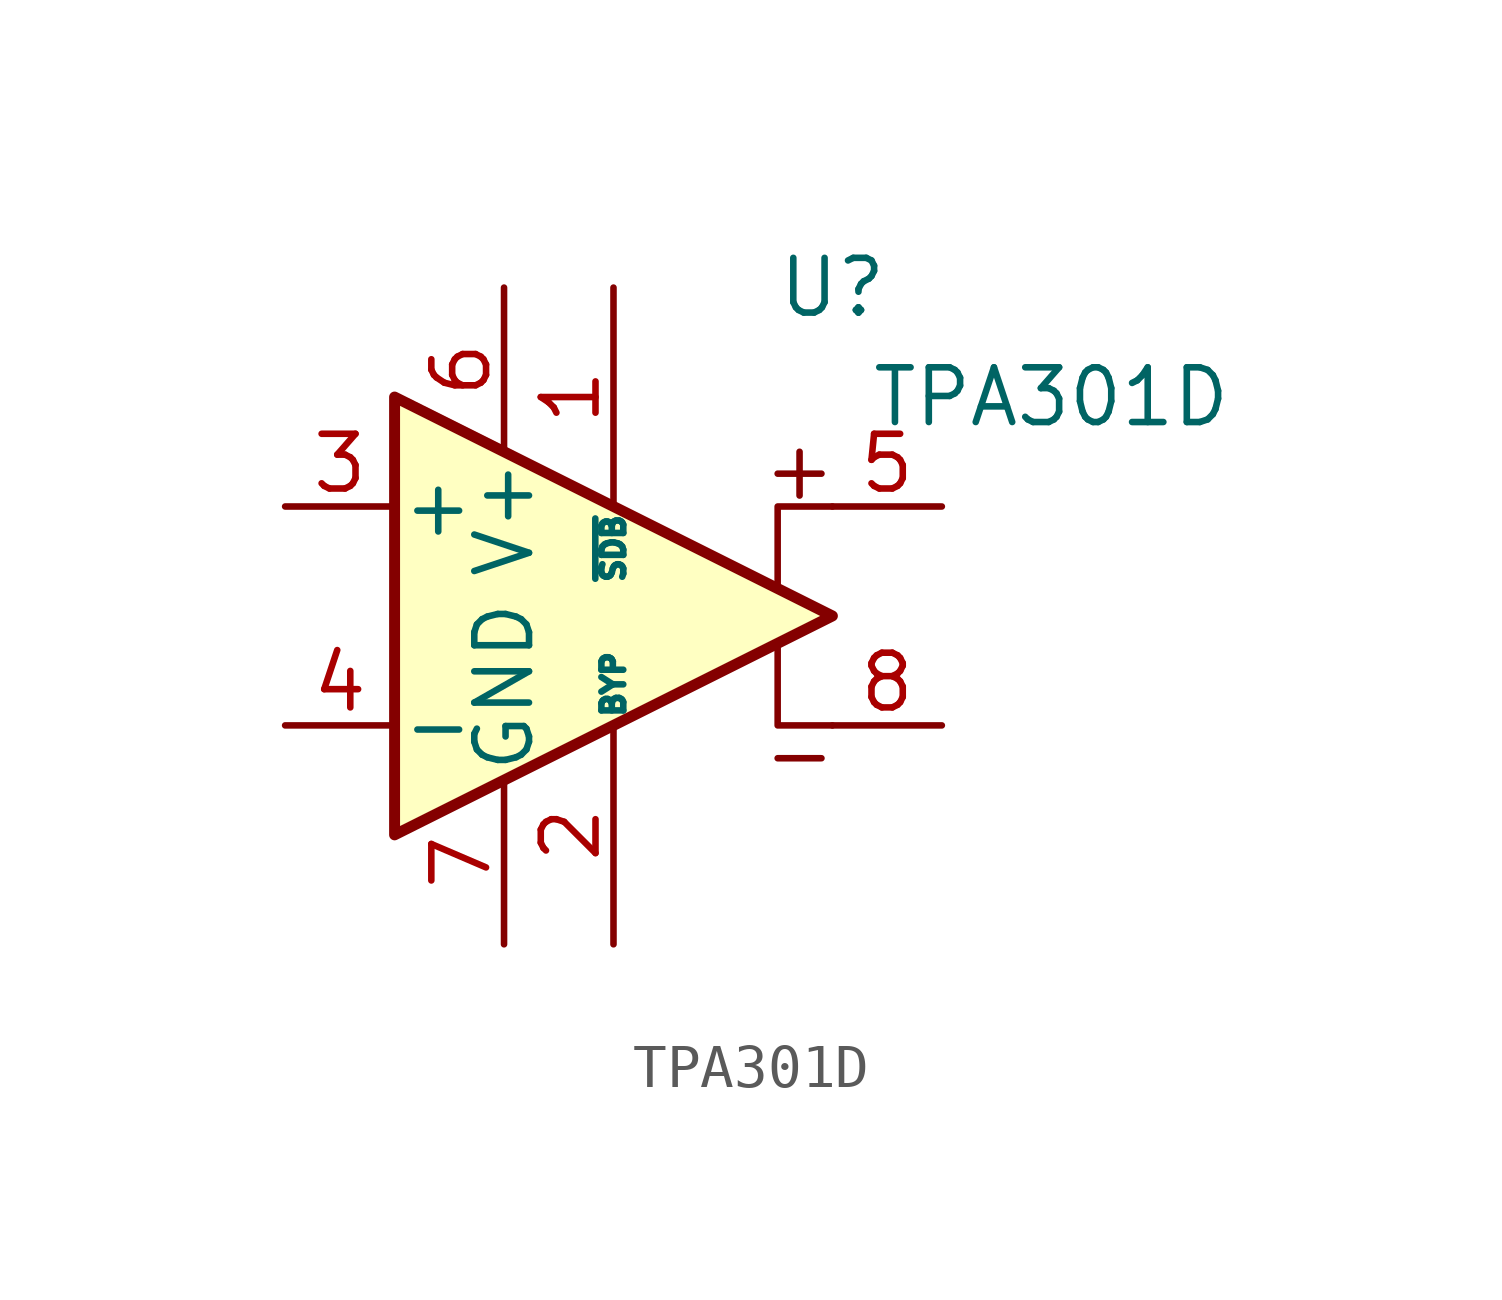
<source format=kicad_sym>
(kicad_symbol_lib
  (version 20231120)
  (generator "kicad_symbol_editor")
  (generator_version "8.0")
  (symbol "TPA301D"
    (pin_names
      (offset 0.127))
    (property "Reference" "U"
      (at 5.08 7.62 0)
      (effects (font (size 1.27 1.27))))
    (property "Value" "TPA301D"
      (at 10.16 5.08 0)
      (effects (font (size 1.27 1.27))))
    (symbol "TPA301D_0_1"
      (polyline (pts (xy 3.81 -3.302) (xy 4.826 -3.302)) (stroke (width 0) (type default)) (fill (type none)))
      (polyline (pts (xy 4.318 3.81) (xy 4.318 2.794)) (stroke (width 0) (type default)) (fill (type none)))
      (polyline (pts (xy 4.826 3.302) (xy 3.81 3.302)) (stroke (width 0) (type default)) (fill (type none))))
    (symbol "TPA301D_1_1"
      (polyline (pts (xy 3.81 -0.635) (xy 3.81 -2.54) (xy 5.08 -2.54)) (stroke (width 0) (type default)) (fill (type none)))
      (polyline (pts (xy 5.08 2.54) (xy 3.81 2.54) (xy 3.81 0.635)) (stroke (width 0) (type default)) (fill (type none)))
      (polyline (pts (xy -5.08 5.08) (xy 5.08 0) (xy -5.08 -5.08) (xy -5.08 5.08)) (stroke (width 0.254) (type default)) (fill (type background)))
      (pin input line (at 0 7.62 270) (length 5.08) (name "~{SDB}" (effects (font (size 0.508 0.508)))) (number "1" (effects (font (size 1.27 1.27)))))
      (pin input line (at 0 -7.62 90) (length 5.08) (name "BYP" (effects (font (size 0.508 0.508)))) (number "2" (effects (font (size 1.27 1.27)))))
      (pin input line (at -7.62 2.54 0) (length 2.54) (name "+" (effects (font (size 1.27 1.27)))) (number "3" (effects (font (size 1.27 1.27)))))
      (pin input line (at -7.62 -2.54 0) (length 2.54) (name "-" (effects (font (size 1.27 1.27)))) (number "4" (effects (font (size 1.27 1.27)))))
      (pin output line (at 7.62 2.54 180) (length 2.54) (name "~" (effects (font (size 1.27 1.27)))) (number "5" (effects (font (size 1.27 1.27)))))
      (pin power_in line (at -2.54 7.62 270) (length 3.81) (name "V+" (effects (font (size 1.27 1.27)))) (number "6" (effects (font (size 1.27 1.27)))))
      (pin power_in line (at -2.54 -7.62 90) (length 3.81) (name "GND" (effects (font (size 1.27 1.27)))) (number "7" (effects (font (size 1.27 1.27)))))
      (pin output line (at 7.62 -2.54 180) (length 2.54) (name "~" (effects (font (size 1.27 1.27)))) (number "8" (effects (font (size 1.27 1.27))))))))
</source>
